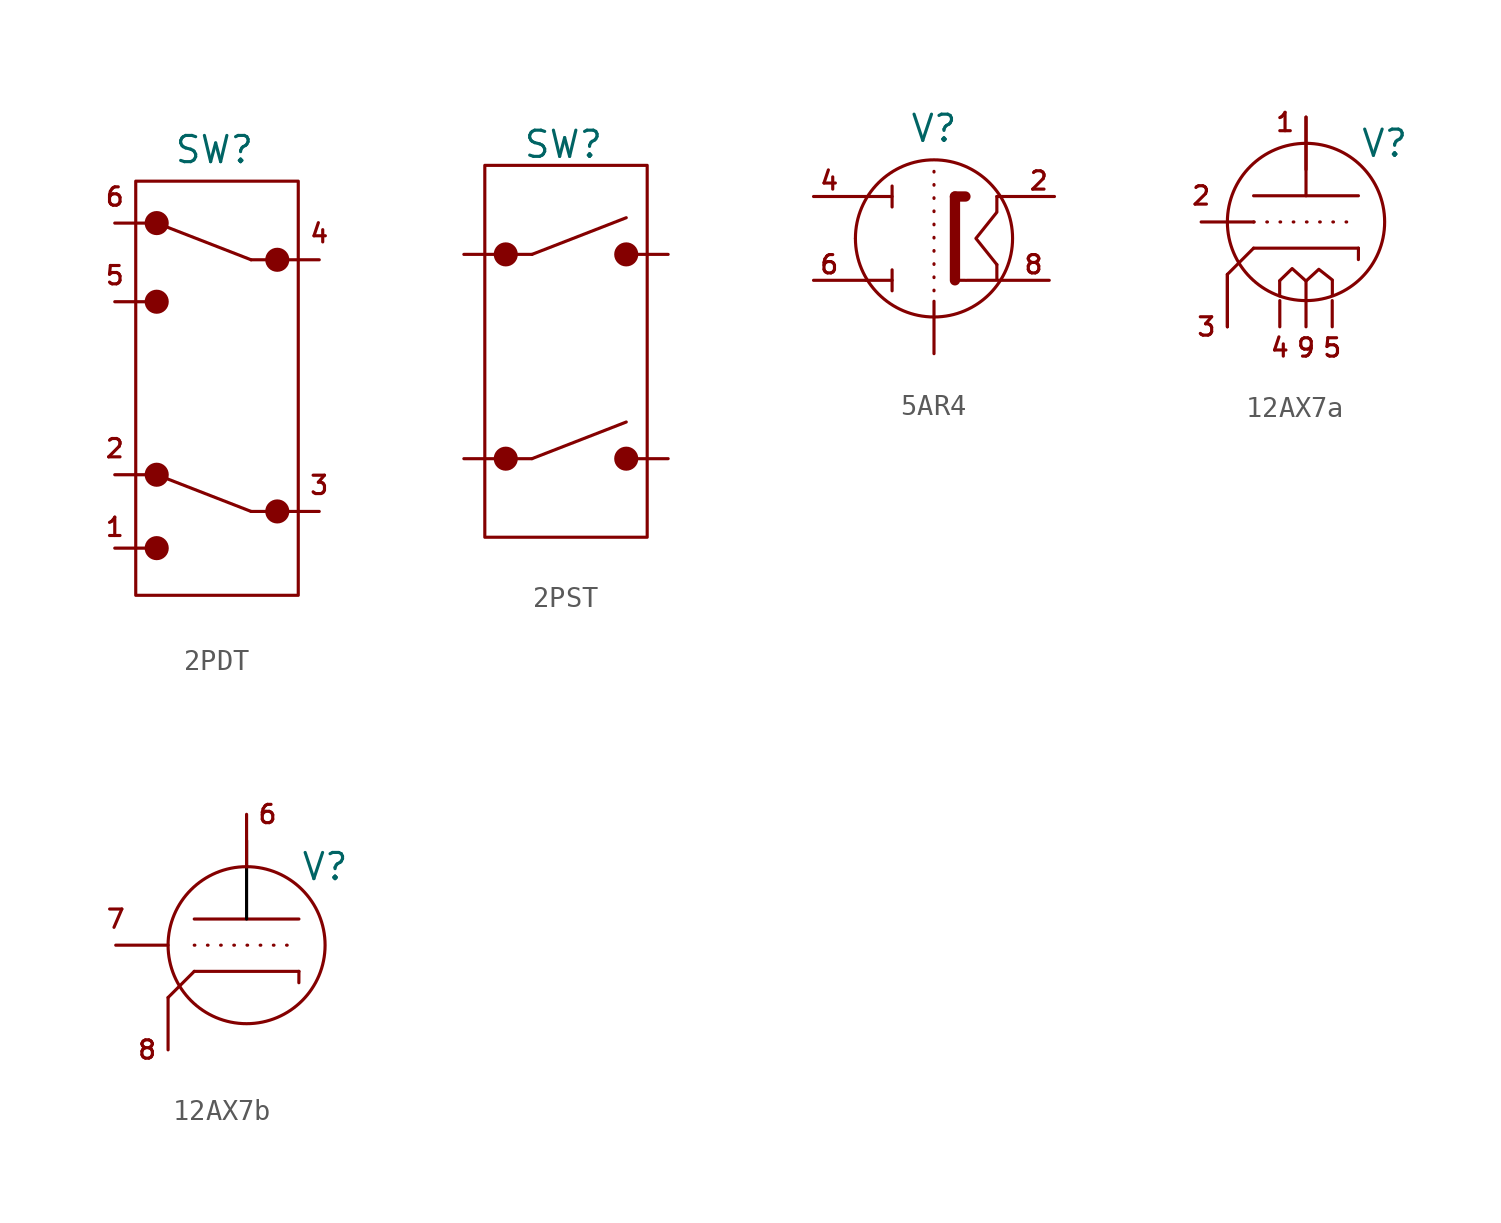
<source format=kicad_sym>
(kicad_symbol_lib
  (version 20231120)
  (generator "kicad_symbol_editor")
  (generator_version "8.0")
  (symbol "2PDT"
    (property "Reference" "SW"
      (at 0 11.176 0)
      (effects (font (size 1.27 1.27))))
    (property "Value" ""
      (at 0 0 0)
      (effects (font (size 1.27 1.27))))
    (symbol "2PDT_0_1"
      (rectangle (start -3.81 9.652) (end 4.064 -10.414) (stroke (width 0) (type default)) (fill (type none))))
    (symbol "2PDT_1_1"
      (circle (center -2.794 -8.128) (radius 0.508) (stroke (width 0) (type default)) (fill (type outline)))
      (circle (center -2.794 -4.572) (radius 0.508) (stroke (width 0) (type default)) (fill (type outline)))
      (circle (center -2.794 3.81) (radius 0.508) (stroke (width 0) (type default)) (fill (type outline)))
      (circle (center -2.794 7.62) (radius 0.508) (stroke (width 0) (type default)) (fill (type outline)))
      (polyline (pts (xy -2.794 -8.128) (xy -3.81 -8.128)) (stroke (width 0) (type default)) (fill (type none)))
      (polyline (pts (xy -2.794 -4.572) (xy -3.81 -4.572)) (stroke (width 0) (type default)) (fill (type none)))
      (polyline (pts (xy -2.794 3.81) (xy -3.81 3.81)) (stroke (width 0) (type default)) (fill (type none)))
      (polyline (pts (xy -2.794 7.62) (xy -3.81 7.62)) (stroke (width 0) (type default)) (fill (type none)))
      (polyline (pts (xy 1.778 -6.35) (xy -2.794 -4.572)) (stroke (width 0) (type default)) (fill (type none)))
      (polyline (pts (xy 1.778 5.842) (xy -2.794 7.62)) (stroke (width 0) (type default)) (fill (type none)))
      (polyline (pts (xy 3.048 -6.35) (xy 1.778 -6.35)) (stroke (width 0) (type default)) (fill (type none)))
      (polyline (pts (xy 3.048 -6.35) (xy 4.064 -6.35)) (stroke (width 0) (type default)) (fill (type none)))
      (polyline (pts (xy 3.048 5.842) (xy 1.778 5.842)) (stroke (width 0) (type default)) (fill (type none)))
      (polyline (pts (xy 3.048 5.842) (xy 4.064 5.842)) (stroke (width 0) (type default)) (fill (type none)))
      (circle (center 3.048 -6.35) (radius 0.508) (stroke (width 0) (type default)) (fill (type outline)))
      (circle (center 3.048 5.842) (radius 0.508) (stroke (width 0) (type default)) (fill (type outline)))
      (text "1" (at -4.826 -7.112 0) (effects (font (size 0.889 0.889))))
      (text "2" (at -4.826 -3.302 0) (effects (font (size 0.889 0.889))))
      (text "3" (at 5.08 -5.08 0) (effects (font (size 0.889 0.889))))
      (text "4" (at 5.08 7.112 0) (effects (font (size 0.889 0.889))))
      (text "5" (at -4.826 5.08 0) (effects (font (size 0.889 0.889))))
      (text "6" (at -4.826 8.89 0) (effects (font (size 0.889 0.889))))
      (pin passive line (at -4.826 -8.128 0) (length 1) (name "" (effects (font (size 1.27 1.27)))) (number "" (effects (font (size 1.27 1.27)))))
      (pin passive line (at -4.826 -4.572 0) (length 1) (name "" (effects (font (size 1.27 1.27)))) (number "" (effects (font (size 1.27 1.27)))))
      (pin passive line (at -4.826 3.81 0) (length 1) (name "" (effects (font (size 1.27 1.27)))) (number "" (effects (font (size 1.27 1.27)))))
      (pin passive line (at -4.826 7.62 0) (length 1) (name "" (effects (font (size 1.27 1.27)))) (number "" (effects (font (size 1.27 1.27)))))
      (pin passive line (at 5.08 -6.35 180) (length 1) (name "" (effects (font (size 1.27 1.27)))) (number "" (effects (font (size 1.27 1.27)))))
      (pin passive line (at 5.08 5.842 180) (length 1) (name "" (effects (font (size 1.27 1.27)))) (number "" (effects (font (size 1.27 1.27)))))))
  (symbol "2PST"
    (property "Reference" "SW"
      (at 0 10.922 0)
      (effects (font (size 1.27 1.27))))
    (property "Value" ""
      (at 0.254 0 0)
      (effects (font (size 1.27 1.27))))
    (symbol "2PST_0_1"
      (rectangle (start -3.81 9.906) (end 4.064 -8.128) (stroke (width 0) (type default)) (fill (type none))))
    (symbol "2PST_1_1"
      (circle (center -2.794 -4.318) (radius 0.508) (stroke (width 0) (type default)) (fill (type outline)))
      (circle (center -2.794 5.588) (radius 0.508) (stroke (width 0) (type default)) (fill (type outline)))
      (polyline (pts (xy -2.794 -4.318) (xy -3.81 -4.318)) (stroke (width 0) (type default)) (fill (type none)))
      (polyline (pts (xy -2.794 -4.318) (xy -1.524 -4.318)) (stroke (width 0) (type default)) (fill (type none)))
      (polyline (pts (xy -2.794 5.588) (xy -3.81 5.588)) (stroke (width 0) (type default)) (fill (type none)))
      (polyline (pts (xy -2.794 5.588) (xy -1.524 5.588)) (stroke (width 0) (type default)) (fill (type none)))
      (polyline (pts (xy -1.524 -4.318) (xy 3.048 -2.54)) (stroke (width 0) (type default)) (fill (type none)))
      (polyline (pts (xy -1.524 5.588) (xy 3.048 7.366)) (stroke (width 0) (type default)) (fill (type none)))
      (polyline (pts (xy 3.048 -4.318) (xy 4.064 -4.318)) (stroke (width 0) (type default)) (fill (type none)))
      (polyline (pts (xy 3.048 5.588) (xy 4.064 5.588)) (stroke (width 0) (type default)) (fill (type none)))
      (circle (center 3.048 -4.318) (radius 0.508) (stroke (width 0) (type default)) (fill (type outline)))
      (circle (center 3.048 5.588) (radius 0.508) (stroke (width 0) (type default)) (fill (type outline)))
      (pin passive line (at -4.826 -4.318 0) (length 1) (name "" (effects (font (size 1.27 1.27)))) (number "" (effects (font (size 1.27 1.27)))))
      (pin passive line (at -4.826 5.588 0) (length 1) (name "" (effects (font (size 1.27 1.27)))) (number "" (effects (font (size 1.27 1.27)))))
      (pin passive line (at 5.08 -4.318 180) (length 1) (name "" (effects (font (size 1.27 1.27)))) (number "" (effects (font (size 1.27 1.27)))))
      (pin passive line (at 5.08 5.588 180) (length 1) (name "" (effects (font (size 1.27 1.27)))) (number "" (effects (font (size 1.27 1.27)))))))
  (symbol "5AR4"
    (property "Reference" "V"
      (at 0 5.334 0)
      (effects (font (size 1.27 1.27))))
    (property "Value" ""
      (at 0 0 90)
      (effects (font (size 1.27 1.27))))
    (symbol "5AR4_0_1"
      (polyline (pts (xy -3.81 0) (xy -3.81 0)) (stroke (width 0) (type default)) (fill (type none)))
      (circle (center 0 0) (radius 3.81) (stroke (width 0) (type default)) (fill (type none))))
    (symbol "5AR4_1_1"
      (polyline (pts (xy -3.302 -2.032) (xy -2.032 -2.032)) (stroke (width 0) (type default)) (fill (type none)))
      (polyline (pts (xy -3.302 2.032) (xy -2.032 2.032)) (stroke (width 0) (type default)) (fill (type none)))
      (polyline (pts (xy -2.032 -1.524) (xy -2.032 -2.54)) (stroke (width 0) (type default)) (fill (type none)))
      (polyline (pts (xy -2.032 2.54) (xy -2.032 1.524)) (stroke (width 0) (type default)) (fill (type none)))
      (polyline (pts (xy 0 -2.54) (xy 0 3.302)) (stroke (width 0) (type dot)) (fill (type none)))
      (polyline (pts (xy 1.016 -2.032) (xy 1.016 2.032)) (stroke (width 0.5) (type default)) (fill (type none)))
      (polyline (pts (xy 1.016 -2.032) (xy 1.524 -2.032)) (stroke (width 0) (type default)) (fill (type none)))
      (polyline (pts (xy 1.016 2.032) (xy 1.524 2.032)) (stroke (width 0.5) (type default)) (fill (type none)))
      (polyline (pts (xy 3.048 -1.27) (xy 3.048 -1.994)) (stroke (width 0) (type default)) (fill (type none)))
      (polyline (pts (xy 3.048 2.032) (xy 3.048 1.325)) (stroke (width 0) (type default)) (fill (type none)))
      (polyline (pts (xy 3.048 2.032) (xy 3.302 2.032)) (stroke (width 0) (type default)) (fill (type none)))
      (polyline (pts (xy 3.048 -1.27) (xy 2.032 0) (xy 3.048 1.27)) (stroke (width 0) (type default)) (fill (type none)))
      (text "2" (at 5.08 2.794 0) (effects (font (size 0.889 0.889))))
      (text "4" (at -5.08 2.794 0) (effects (font (size 0.889 0.889))))
      (text "6" (at -5.08 -1.27 0) (effects (font (size 0.889 0.889))))
      (text "8" (at 4.826 -1.27 0) (effects (font (size 0.889 0.889))))
      (pin input line (at -5.842 -2.032 0) (length 2.54) (name "" (effects (font (size 1.27 1.27)))) (number "" (effects (font (size 1.27 1.27)))))
      (pin input line (at -5.842 2.032 0) (length 2.54) (name "" (effects (font (size 1.27 1.27)))) (number "" (effects (font (size 1.27 1.27)))))
      (pin input line (at 0 -5.588 90) (length 2.54) (name "" (effects (font (size 1.27 1.27)))) (number "" (effects (font (size 1.27 1.27)))))
      (pin input line (at 5.588 -2.032 180) (length 4) (name "" (effects (font (size 1.27 1.27)))) (number "" (effects (font (size 1.27 1.27)))))
      (pin input line (at 5.842 2.032 180) (length 2.54) (name "" (effects (font (size 1.27 1.27)))) (number "" (effects (font (size 1.27 1.27)))))))
  (symbol "12AX7a"
    (property "Reference" "V"
      (at 3.81 3.81 0)
      (effects (font (size 1.27 1.27))))
    (property "Value" ""
      (at 0 0 0)
      (effects (font (size 1.27 1.27))))
    (symbol "12AX7a_0_1"
      (polyline (pts (xy -2.54 -1.27) (xy 2.54 -1.27)) (stroke (width 0) (type default)) (fill (type none)))
      (polyline (pts (xy -2.54 1.27) (xy 2.54 1.27)) (stroke (width 0) (type default)) (fill (type none)))
      (polyline (pts (xy 0 3.81) (xy 0 3.81)) (stroke (width 0) (type default)) (fill (type none)))
      (polyline (pts (xy 0 5.08) (xy 0 1.27)) (stroke (width 0) (type default)) (fill (type none)))
      (circle (center 0 0) (radius 3.81) (stroke (width 0) (type default)) (fill (type none))))
    (symbol "12AX7a_1_1"
      (polyline (pts (xy -3.81 -2.54) (xy -3.81 -5.08)) (stroke (width 0) (type default)) (fill (type none)))
      (polyline (pts (xy -2.54 -1.27) (xy -3.81 -2.54)) (stroke (width 0) (type default)) (fill (type none)))
      (polyline (pts (xy -2.54 0) (xy 2.54 0)) (stroke (width 0) (type dot)) (fill (type none)))
      (polyline (pts (xy -1.276 -3.586) (xy -1.276 -2.862)) (stroke (width 0) (type default)) (fill (type none)))
      (polyline (pts (xy -1.27 -3.81) (xy -1.27 -5.08)) (stroke (width 0) (type default)) (fill (type none)))
      (polyline (pts (xy 0 -3.81) (xy 0 -5.08)) (stroke (width 0) (type default)) (fill (type none)))
      (polyline (pts (xy 0 -3.81) (xy 0 -2.862)) (stroke (width 0) (type default)) (fill (type none)))
      (polyline (pts (xy 1.27 -3.81) (xy 1.27 -5.08)) (stroke (width 0) (type default)) (fill (type none)))
      (polyline (pts (xy 1.276 -3.551) (xy 1.276 -2.844)) (stroke (width 0) (type default)) (fill (type none)))
      (polyline (pts (xy 2.54 -1.27) (xy 2.538 -1.822)) (stroke (width 0) (type default)) (fill (type none)))
      (polyline (pts (xy -1.276 -2.844) (xy -0.672 -2.258) (xy 0 -2.862) (xy 0.621 -2.293) (xy 1.276 -2.81)) (stroke (width 0) (type default)) (fill (type none)))
      (text "1" (at -1.016 4.826 0) (effects (font (size 0.889 0.889))))
      (text "2" (at -5.08 1.27 0) (effects (font (size 0.889 0.889))))
      (text "3" (at -4.826 -5.08 0) (effects (font (size 0.889 0.889))))
      (text "4" (at -1.27 -6.096 0) (effects (font (size 0.889 0.889))))
      (text "5" (at 1.27 -6.096 0) (effects (font (size 0.889 0.889))))
      (text "9" (at 0 -6.096 0) (effects (font (size 0.889 0.889))))
      (pin input line (at -5.08 0 0) (length 2.54) (name "" (effects (font (size 1.27 1.27)))) (number "" (effects (font (size 1.27 1.27)))))
      (pin input line (at -3.81 -5.08 90) (length 2.54) (name "" (effects (font (size 1.27 1.27)))) (number "" (effects (font (size 1.27 1.27)))))
      (pin input line (at 0 5.08 270) (length 2.54) (name "" (effects (font (size 1.27 1.27)))) (number "" (effects (font (size 1.27 1.27)))))))
  (symbol "12AX7b"
    (property "Reference" "V"
      (at 3.81 3.81 0)
      (effects (font (size 1.27 1.27))))
    (property "Value" ""
      (at 0 0 0)
      (effects (font (size 1.27 1.27))))
    (symbol "12AX7b_0_1"
      (polyline (pts (xy -2.54 -1.27) (xy 2.54 -1.27)) (stroke (width 0) (type default)) (fill (type none)))
      (polyline (pts (xy -2.54 1.27) (xy 2.54 1.27)) (stroke (width 0) (type default)) (fill (type none)))
      (polyline (pts (xy 0 3.81) (xy 0 3.81)) (stroke (width 0) (type default)) (fill (type none)))
      (polyline (pts (xy 0 5.08) (xy 0 1.27)) (stroke (width 0) (type default) (color 0 0 0 1)) (fill (type none)))
      (circle (center 0 0) (radius 3.81) (stroke (width 0) (type default)) (fill (type none))))
    (symbol "12AX7b_1_1"
      (polyline (pts (xy -2.54 -1.27) (xy -3.81 -2.54)) (stroke (width 0) (type default)) (fill (type none)))
      (polyline (pts (xy -2.54 0) (xy 2.54 0)) (stroke (width 0) (type dot)) (fill (type none)))
      (polyline (pts (xy 2.54 -1.27) (xy 2.538 -1.822)) (stroke (width 0) (type default)) (fill (type none)))
      (text "6" (at 1.016 6.35 0) (effects (font (size 0.889 0.889))))
      (text "7" (at -6.35 1.27 0) (effects (font (size 0.889 0.889))))
      (text "8" (at -4.826 -5.08 0) (effects (font (size 0.889 0.889))))
      (pin input line (at -6.35 0 0) (length 2.54) (name "" (effects (font (size 1.27 1.27)))) (number "" (effects (font (size 1.27 1.27)))))
      (pin input line (at -3.81 -5.08 90) (length 2.54) (name "" (effects (font (size 1.27 1.27)))) (number "" (effects (font (size 1.27 1.27)))))
      (pin input line (at 0 6.35 270) (length 2.54) (name "" (effects (font (size 1.27 1.27)))) (number "" (effects (font (size 1.27 1.27))))))))
</source>
